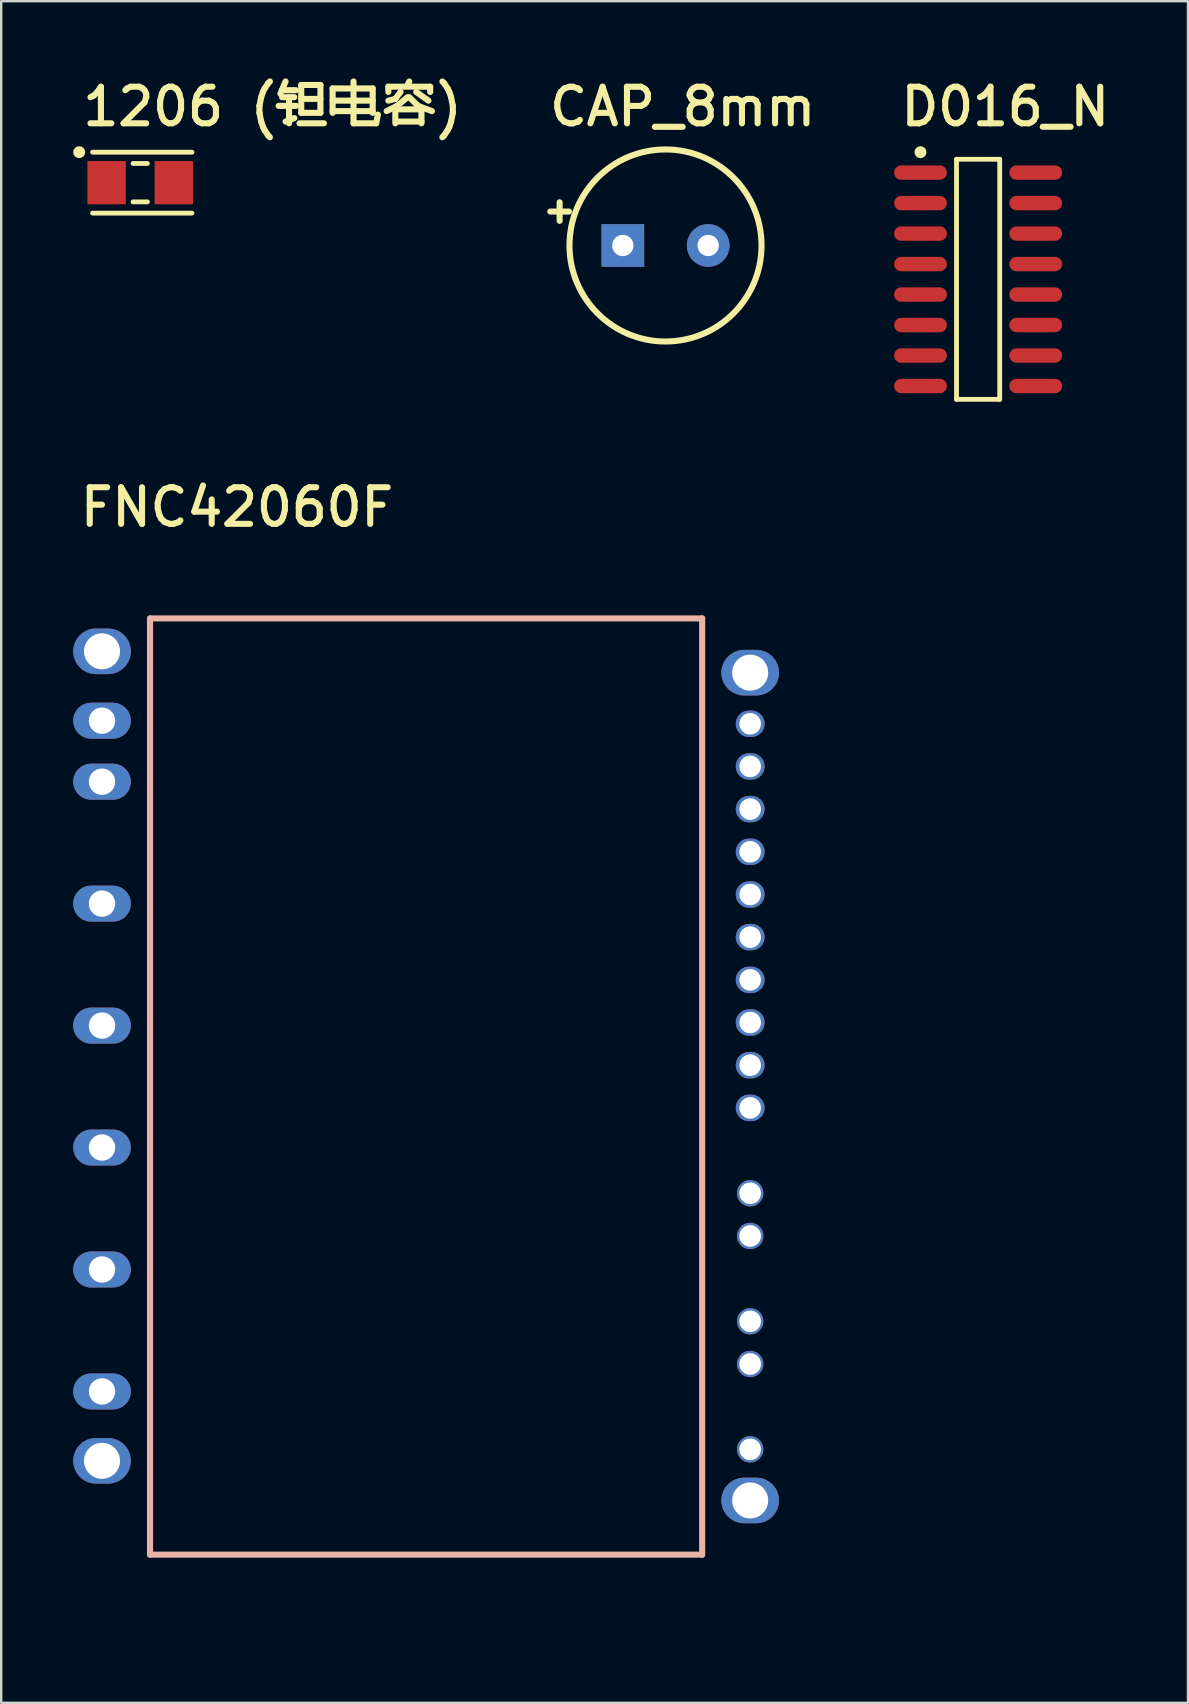
<source format=kicad_pcb>
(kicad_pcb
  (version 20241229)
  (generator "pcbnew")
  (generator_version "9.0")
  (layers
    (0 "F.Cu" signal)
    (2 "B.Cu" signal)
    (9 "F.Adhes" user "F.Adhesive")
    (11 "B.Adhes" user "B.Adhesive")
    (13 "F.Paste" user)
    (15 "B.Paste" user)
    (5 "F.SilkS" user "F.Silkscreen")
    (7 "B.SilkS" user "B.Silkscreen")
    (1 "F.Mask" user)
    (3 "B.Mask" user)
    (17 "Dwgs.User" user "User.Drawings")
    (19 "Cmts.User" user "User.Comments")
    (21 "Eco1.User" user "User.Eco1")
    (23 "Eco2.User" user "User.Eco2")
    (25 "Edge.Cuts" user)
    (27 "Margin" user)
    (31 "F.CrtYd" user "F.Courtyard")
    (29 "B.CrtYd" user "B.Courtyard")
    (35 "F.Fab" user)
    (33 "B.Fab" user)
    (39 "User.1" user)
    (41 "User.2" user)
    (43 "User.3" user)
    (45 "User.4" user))
  (footprint "D016_N"
    (layer "F.Cu")
    (at 37.695 8.585)
    (property "Reference" "D016_N" (at -3.353 -6.299 0) (unlocked yes) (layer "F.SilkS") (effects (font (size 1.524 1.524) (thickness 0.254)) (justify left bottom)))
    (fp_line (start -0.9 -5) (end 0.9 -5) (stroke (width 0.2) (type solid)) (layer "F.SilkS"))
    (fp_line (start -0.9 5) (end -0.9 -5) (stroke (width 0.2) (type solid)) (layer "F.SilkS"))
    (fp_line (start -0.9 5) (end 0.9 5) (stroke (width 0.2) (type solid)) (layer "F.SilkS"))
    (fp_line (start 0.9 5) (end 0.9 -5) (stroke (width 0.2) (type solid)) (layer "F.SilkS"))
    (fp_circle (center -2.4 -5.295) (end -2.4 -5.42) (stroke (width 0.25) (type solid)) (fill no) (layer "F.SilkS"))
    (pad "1" smd oval (at -2.4 -4.445 90) (size 0.6 2.2) (layers "F.Cu" "F.Mask" "F.Paste"))
    (pad "2" smd oval (at -2.4 -3.175 90) (size 0.6 2.2) (layers "F.Cu" "F.Mask" "F.Paste"))
    (pad "3" smd oval (at -2.4 -1.905 90) (size 0.6 2.2) (layers "F.Cu" "F.Mask" "F.Paste"))
    (pad "4" smd oval (at -2.4 -0.635 90) (size 0.6 2.2) (layers "F.Cu" "F.Mask" "F.Paste"))
    (pad "5" smd oval (at -2.4 0.635 90) (size 0.6 2.2) (layers "F.Cu" "F.Mask" "F.Paste"))
    (pad "6" smd oval (at -2.4 1.905 90) (size 0.6 2.2) (layers "F.Cu" "F.Mask" "F.Paste"))
    (pad "7" smd oval (at -2.4 3.175 90) (size 0.6 2.2) (layers "F.Cu" "F.Mask" "F.Paste"))
    (pad "8" smd oval (at -2.4 4.445 90) (size 0.6 2.2) (layers "F.Cu" "F.Mask" "F.Paste"))
    (pad "9" smd oval (at 2.4 4.445 90) (size 0.6 2.2) (layers "F.Cu" "F.Mask" "F.Paste"))
    (pad "10" smd oval (at 2.4 3.175 90) (size 0.6 2.2) (layers "F.Cu" "F.Mask" "F.Paste"))
    (pad "11" smd oval (at 2.4 1.905 90) (size 0.6 2.2) (layers "F.Cu" "F.Mask" "F.Paste"))
    (pad "12" smd oval (at 2.4 0.635 90) (size 0.6 2.2) (layers "F.Cu" "F.Mask" "F.Paste"))
    (pad "13" smd oval (at 2.4 -0.635 90) (size 0.6 2.2) (layers "F.Cu" "F.Mask" "F.Paste"))
    (pad "14" smd oval (at 2.4 -1.905 90) (size 0.6 2.2) (layers "F.Cu" "F.Mask" "F.Paste"))
    (pad "15" smd oval (at 2.4 -3.175 90) (size 0.6 2.2) (layers "F.Cu" "F.Mask" "F.Paste"))
    (pad "16" smd oval (at 2.4 -4.445 90) (size 0.6 2.2) (layers "F.Cu" "F.Mask" "F.Paste")))
  (footprint "FNC42060F"
    (layer "F.Cu")
    (at 14.7 41.768)
    (property "Reference" "FNC42060F" (at -14.541 -22.797 0) (unlocked yes) (layer "F.SilkS") (effects (font (size 1.524 1.524) (thickness 0.254)) (justify left bottom)))
    (fp_line (start -11.5 -19.056) (end 11.5 -19.056) (stroke (width 0.254) (type solid)) (layer "B.SilkS"))
    (fp_line (start -11.5 19.944) (end -11.5 -19.056) (stroke (width 0.254) (type solid)) (layer "B.SilkS"))
    (fp_line (start -11.5 19.944) (end 11.5 19.944) (stroke (width 0.254) (type solid)) (layer "B.SilkS"))
    (fp_line (start 11.5 -19.056) (end 11.5 19.944) (stroke (width 0.254) (type solid)) (layer "B.SilkS"))
    (pad "1" thru_hole oval (at -13.5 16.035) (size 2.4 1.9) (drill 1.5) (layers "*.Cu" "*.Mask"))
    (pad "2" thru_hole oval (at -13.5 13.145) (size 2.4 1.5) (drill 1.1) (layers "*.Cu" "*.Mask"))
    (pad "3" thru_hole oval (at -13.5 8.065) (size 2.4 1.5) (drill 1.1) (layers "*.Cu" "*.Mask"))
    (pad "4" thru_hole oval (at -13.5 2.985) (size 2.4 1.5) (drill 1.1) (layers "*.Cu" "*.Mask"))
    (pad "5" thru_hole oval (at -13.5 -2.095) (size 2.4 1.5) (drill 1.1) (layers "*.Cu" "*.Mask"))
    (pad "6" thru_hole oval (at -13.5 -7.176) (size 2.4 1.5) (drill 1.1) (layers "*.Cu" "*.Mask"))
    (pad "7" thru_hole oval (at -13.5 -12.255) (size 2.4 1.5) (drill 1.1) (layers "*.Cu" "*.Mask"))
    (pad "8" thru_hole oval (at -13.5 -14.796) (size 2.4 1.5) (drill 1.1) (layers "*.Cu" "*.Mask"))
    (pad "9" thru_hole oval (at -13.5 -17.686) (size 2.4 1.9) (drill 1.5) (layers "*.Cu" "*.Mask"))
    (pad "10" thru_hole oval (at 13.5 -16.797) (size 2.4 1.9) (drill 1.5) (layers "*.Cu" "*.Mask"))
    (pad "11" thru_hole oval (at 13.5 -14.668) (size 1.2 1.1) (drill 0.9) (layers "*.Cu" "*.Mask"))
    (pad "12" thru_hole oval (at 13.5 -12.891) (size 1.2 1.1) (drill 0.9) (layers "*.Cu" "*.Mask"))
    (pad "13" thru_hole oval (at 13.5 -11.113) (size 1.2 1.1) (drill 0.9) (layers "*.Cu" "*.Mask"))
    (pad "14" thru_hole oval (at 13.5 -9.335) (size 1.2 1.1) (drill 0.9) (layers "*.Cu" "*.Mask"))
    (pad "15" thru_hole oval (at 13.5 -7.556) (size 1.2 1.1) (drill 0.9) (layers "*.Cu" "*.Mask"))
    (pad "16" thru_hole oval (at 13.5 -5.779) (size 1.2 1.1) (drill 0.9) (layers "*.Cu" "*.Mask"))
    (pad "17" thru_hole oval (at 13.5 -4) (size 1.2 1.1) (drill 0.9) (layers "*.Cu" "*.Mask"))
    (pad "18" thru_hole oval (at 13.5 -2.223) (size 1.2 1.1) (drill 0.9) (layers "*.Cu" "*.Mask"))
    (pad "19" thru_hole oval (at 13.5 -0.445) (size 1.2 1.1) (drill 0.9) (layers "*.Cu" "*.Mask"))
    (pad "20" thru_hole oval (at 13.5 1.333) (size 1.2 1.1) (drill 0.9) (layers "*.Cu" "*.Mask"))
    (pad "21" thru_hole circle (at 13.5 4.889) (size 1.1 1.1) (drill 0.9) (layers "*.Cu" "*.Mask"))
    (pad "22" thru_hole circle (at 13.5 6.668) (size 1.1 1.1) (drill 0.9) (layers "*.Cu" "*.Mask"))
    (pad "23" thru_hole circle (at 13.5 10.223) (size 1.1 1.1) (drill 0.9) (layers "*.Cu" "*.Mask"))
    (pad "24" thru_hole circle (at 13.5 12.002) (size 1.1 1.1) (drill 0.9) (layers "*.Cu" "*.Mask"))
    (pad "25" thru_hole circle (at 13.5 15.557) (size 1.1 1.1) (drill 0.9) (layers "*.Cu" "*.Mask"))
    (pad "26" thru_hole oval (at 13.5 17.686) (size 2.4 1.9) (drill 1.5) (layers "*.Cu" "*.Mask"))
    (zone (net_name "") (layers "F.Cu" "B.Cu") (hatch edge 0.5) (connect_pads) (min_thickness 0.25) (filled_areas_thickness no) (keepout (tracks allowed) (vias allowed) (pads allowed) (copperpour allowed) (footprints allowed)) (placement (enabled no)) (fill) (polygon (pts (xy 15.105 19.948) (xy 15.505 20.007) (xy 15.898 20.105) (xy 16.279 20.242) (xy 16.645 20.415) (xy 16.993 20.623) (xy 17.318 20.864) (xy 17.618 21.136) (xy 17.89 21.437) (xy 18.131 21.762) (xy 18.34 22.109) (xy 18.513 22.475) (xy 18.649 22.857) (xy 18.748 23.25) (xy 18.807 23.65) (xy 18.827 24.055) (xy 18.807 24.459) (xy 18.748 24.86) (xy 18.649 25.253) (xy 18.513 25.634) (xy 18.34 26) (xy 18.131 26.348) (xy 17.89 26.673) (xy 17.618 26.973) (xy 17.318 27.245) (xy 16.993 27.486) (xy 16.645 27.694) (xy 16.279 27.868) (xy 15.898 28.004) (xy 15.505 28.102) (xy 15.105 28.162) (xy 14.7 28.182) (xy 14.295 28.162) (xy 13.895 28.102) (xy 13.502 28.004) (xy 13.121 27.868) (xy 12.755 27.694) (xy 12.407 27.486) (xy 12.082 27.245) (xy 11.782 26.973) (xy 11.51 26.673) (xy 11.269 26.348) (xy 11.06 26) (xy 10.887 25.634) (xy 10.751 25.253) (xy 10.652 24.86) (xy 10.593 24.459) (xy 10.573 24.055) (xy 10.822 24.055) (xy 10.842 24.447) (xy 10.901 24.835) (xy 11 25.216) (xy 11.136 25.584) (xy 11.309 25.937) (xy 11.517 26.27) (xy 11.758 26.581) (xy 12.028 26.865) (xy 12.326 27.121) (xy 12.649 27.346) (xy 12.992 27.536) (xy 13.353 27.691) (xy 13.728 27.809) (xy 14.113 27.888) (xy 14.504 27.928) (xy 14.896 27.928) (xy 15.287 27.888) (xy 15.672 27.809) (xy 16.047 27.691) (xy 16.408 27.536) (xy 16.751 27.346) (xy 17.074 27.121) (xy 17.372 26.865) (xy 17.642 26.581) (xy 17.883 26.27) (xy 18.091 25.937) (xy 18.264 25.584) (xy 18.4 25.216) (xy 18.499 24.835) (xy 18.558 24.447) (xy 18.578 24.055) (xy 18.558 23.662) (xy 18.499 23.274) (xy 18.4 22.894) (xy 18.264 22.525) (xy 18.091 22.173) (xy 17.883 21.839) (xy 17.642 21.529) (xy 17.372 21.244) (xy 17.074 20.988) (xy 16.751 20.764) (xy 16.408 20.573) (xy 16.047 20.418) (xy 15.672 20.301) (xy 15.287 20.221) (xy 14.896 20.182) (xy 14.504 20.182) (xy 14.113 20.221) (xy 13.728 20.301) (xy 13.353 20.418) (xy 12.992 20.573) (xy 12.649 20.764) (xy 12.326 20.988) (xy 12.028 21.244) (xy 11.758 21.529) (xy 11.517 21.839) (xy 11.309 22.173) (xy 11.136 22.525) (xy 11 22.894) (xy 10.901 23.274) (xy 10.842 23.662) (xy 10.822 24.055) (xy 10.573 24.055) (xy 10.593 23.65) (xy 10.652 23.25) (xy 10.751 22.857) (xy 10.887 22.475) (xy 11.06 22.109) (xy 11.269 21.762) (xy 11.51 21.437) (xy 11.782 21.136) (xy 12.082 20.864) (xy 12.407 20.623) (xy 12.755 20.415) (xy 13.121 20.242) (xy 13.502 20.105) (xy 13.895 20.007) (xy 14.295 19.948) (xy 14.7 19.928))))
    (zone (net_name "") (layers "F.Cu" "B.Cu") (hatch edge 0.5) (connect_pads) (min_thickness 0.25) (filled_areas_thickness no) (keepout (tracks allowed) (vias allowed) (pads allowed) (copperpour allowed) (footprints allowed)) (placement (enabled no)) (fill) (polygon (pts (xy 15.105 56.648) (xy 15.505 56.707) (xy 15.898 56.805) (xy 16.279 56.942) (xy 16.645 57.115) (xy 16.993 57.323) (xy 17.318 57.564) (xy 17.618 57.836) (xy 17.89 58.137) (xy 18.131 58.462) (xy 18.34 58.809) (xy 18.513 59.175) (xy 18.649 59.557) (xy 18.748 59.95) (xy 18.807 60.35) (xy 18.827 60.755) (xy 18.807 61.159) (xy 18.748 61.56) (xy 18.649 61.953) (xy 18.513 62.334) (xy 18.34 62.7) (xy 18.131 63.048) (xy 17.89 63.373) (xy 17.618 63.673) (xy 17.318 63.945) (xy 16.993 64.186) (xy 16.645 64.394) (xy 16.279 64.568) (xy 15.898 64.704) (xy 15.505 64.802) (xy 15.105 64.862) (xy 14.7 64.882) (xy 14.295 64.862) (xy 13.895 64.802) (xy 13.502 64.704) (xy 13.121 64.568) (xy 12.755 64.394) (xy 12.407 64.186) (xy 12.082 63.945) (xy 11.782 63.673) (xy 11.51 63.373) (xy 11.269 63.048) (xy 11.06 62.7) (xy 10.887 62.334) (xy 10.751 61.953) (xy 10.652 61.56) (xy 10.593 61.159) (xy 10.573 60.755) (xy 10.822 60.755) (xy 10.842 61.147) (xy 10.901 61.535) (xy 11 61.916) (xy 11.136 62.284) (xy 11.309 62.637) (xy 11.517 62.97) (xy 11.758 63.281) (xy 12.028 63.565) (xy 12.326 63.821) (xy 12.649 64.046) (xy 12.992 64.236) (xy 13.353 64.391) (xy 13.728 64.509) (xy 14.113 64.588) (xy 14.504 64.628) (xy 14.896 64.628) (xy 15.287 64.588) (xy 15.672 64.509) (xy 16.047 64.391) (xy 16.408 64.236) (xy 16.751 64.046) (xy 17.074 63.821) (xy 17.372 63.565) (xy 17.642 63.281) (xy 17.883 62.97) (xy 18.091 62.637) (xy 18.264 62.284) (xy 18.4 61.916) (xy 18.499 61.535) (xy 18.558 61.147) (xy 18.578 60.755) (xy 18.558 60.362) (xy 18.499 59.974) (xy 18.4 59.594) (xy 18.264 59.225) (xy 18.091 58.873) (xy 17.883 58.539) (xy 17.642 58.229) (xy 17.372 57.944) (xy 17.074 57.688) (xy 16.751 57.464) (xy 16.408 57.273) (xy 16.047 57.118) (xy 15.672 57.001) (xy 15.287 56.921) (xy 14.896 56.882) (xy 14.504 56.882) (xy 14.113 56.921) (xy 13.728 57.001) (xy 13.353 57.118) (xy 12.992 57.273) (xy 12.649 57.464) (xy 12.326 57.688) (xy 12.028 57.944) (xy 11.758 58.229) (xy 11.517 58.539) (xy 11.309 58.873) (xy 11.136 59.225) (xy 11 59.594) (xy 10.901 59.974) (xy 10.842 60.362) (xy 10.822 60.755) (xy 10.573 60.755) (xy 10.593 60.35) (xy 10.652 59.95) (xy 10.751 59.557) (xy 10.887 59.175) (xy 11.06 58.809) (xy 11.269 58.462) (xy 11.51 58.137) (xy 11.782 57.836) (xy 12.082 57.564) (xy 12.407 57.323) (xy 12.755 57.115) (xy 13.121 56.942) (xy 13.502 56.805) (xy 13.895 56.707) (xy 14.295 56.648) (xy 14.7 56.628)))))
  (footprint "CAP_8mm"
    (layer "F.Cu")
    (at 22.133 7.176)
    (property "Reference" "CAP_8mm" (at -2.426 -4.889 0) (unlocked yes) (layer "F.SilkS") (effects (font (size 1.524 1.524) (thickness 0.254)) (justify left bottom)))
    (fp_circle (center 2.54 0) (end 2.54 -4) (stroke (width 0.254) (type solid)) (fill no) (layer "F.SilkS"))
    (fp_text user "+" (at -2.667 -0.889 0) (unlocked yes) (layer "F.SilkS") (effects (font (size 1.016 1.016) (thickness 0.254)) (justify left bottom)))
    (pad "1" thru_hole rect (at 0.762 0) (size 1.778 1.778) (drill 0.889) (layers "*.Cu" "*.Mask"))
    (pad "2" thru_hole circle (at 4.318 0) (size 1.778 1.778) (drill 0.889) (layers "*.Cu" "*.Mask")))
  (footprint "1206 (钽电容)"
    (layer "F.Cu")
    (at 1.391 4.559)
    (property "Reference" "1206 (钽电容)" (at -1.13 -2.273 0) (unlocked yes) (layer "F.SilkS") (effects (font (size 1.524 1.524) (thickness 0.254)) (justify left bottom)))
    (fp_line (start -0.585 -1.27) (end 3.556 -1.27) (stroke (width 0.2) (type solid)) (layer "F.SilkS"))
    (fp_line (start -0.585 1.27) (end 3.556 1.27) (stroke (width 0.2) (type solid)) (layer "F.SilkS"))
    (fp_line (start 1.1 -0.8) (end 1.7 -0.8) (stroke (width 0.2) (type solid)) (layer "F.SilkS"))
    (fp_line (start 1.1 0.8) (end 1.7 0.8) (stroke (width 0.2) (type solid)) (layer "F.SilkS"))
    (fp_circle (center -1.141 -1.27) (end -1.141 -1.395) (stroke (width 0.25) (type solid)) (fill no) (layer "F.SilkS"))
    (pad "1" smd rect (at 0 0 90) (size 1.8 1.6) (layers "F.Cu" "F.Mask" "F.Paste"))
    (pad "2" smd rect (at 2.8 0 90) (size 1.8 1.6) (layers "F.Cu" "F.Mask" "F.Paste")))
  (gr_rect
    (start -3 -3)
    (end 46.436 67.882)
    (stroke (width 0.1) (type default))
    (fill no)
    (layer "Edge.Cuts")))
</source>
